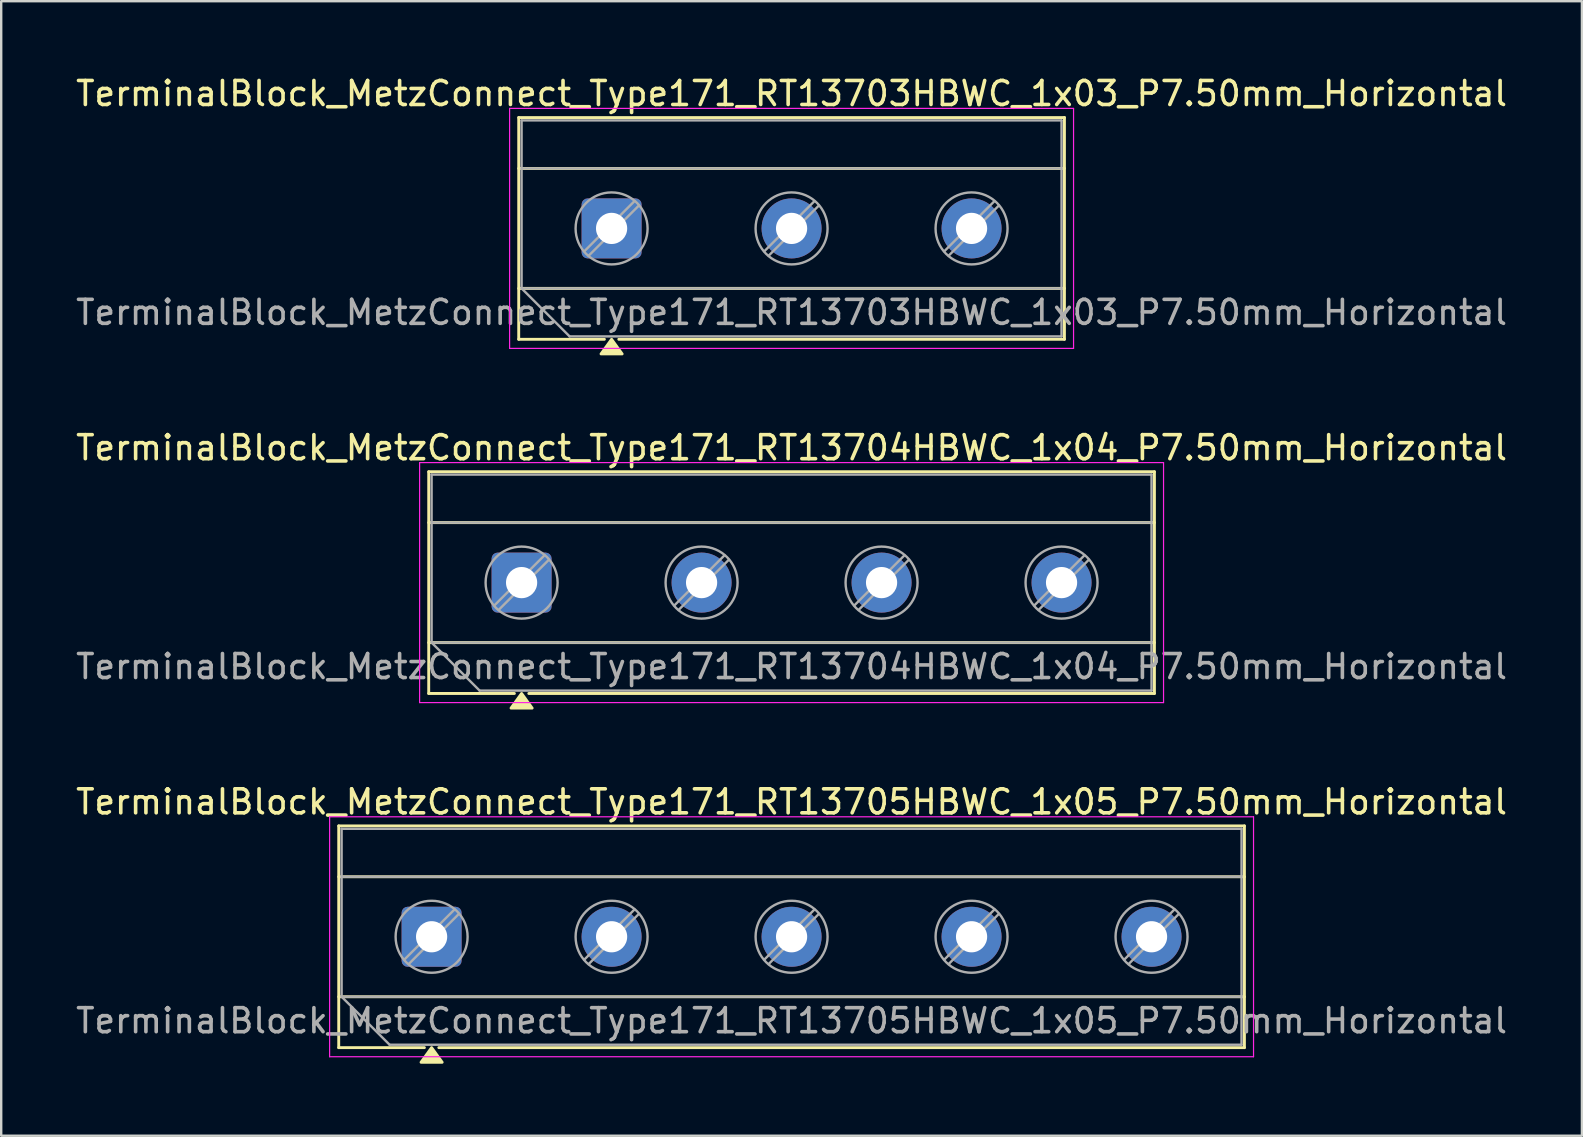
<source format=kicad_pcb>
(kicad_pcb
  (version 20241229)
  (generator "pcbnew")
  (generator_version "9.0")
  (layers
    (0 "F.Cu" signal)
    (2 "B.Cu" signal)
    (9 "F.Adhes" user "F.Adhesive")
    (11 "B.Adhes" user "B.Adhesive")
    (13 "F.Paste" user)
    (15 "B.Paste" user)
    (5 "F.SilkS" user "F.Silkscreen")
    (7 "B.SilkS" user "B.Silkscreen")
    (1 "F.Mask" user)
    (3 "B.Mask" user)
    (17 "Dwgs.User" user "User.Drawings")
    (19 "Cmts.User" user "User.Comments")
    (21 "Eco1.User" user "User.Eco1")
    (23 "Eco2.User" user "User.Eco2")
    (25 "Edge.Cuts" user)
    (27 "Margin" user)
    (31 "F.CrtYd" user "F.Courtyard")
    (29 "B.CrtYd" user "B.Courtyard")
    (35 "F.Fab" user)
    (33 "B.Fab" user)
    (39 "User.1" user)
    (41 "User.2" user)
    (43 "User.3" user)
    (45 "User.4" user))
  (footprint "TerminalBlock_MetzConnect_Type171_RT13704HBWC_1x04_P7.50mm_Horizontal"
    (layer "F.Cu")
    (at 18.685 21.227)
    (property "Reference" "TerminalBlock_MetzConnect_Type171_RT13704HBWC_1x04_P7.50mm_Horizontal" (at 11.25 -5.62 0) (layer "F.SilkS") (effects (font (size 1 1) (thickness 0.15))))
    (attr through_hole)
    (fp_line (start -3.87 -4.62) (end -3.87 4.62) (stroke (width 0.12) (type solid)) (layer "F.SilkS"))
    (fp_line (start -3.87 -4.62) (end 26.37 -4.62) (stroke (width 0.12) (type solid)) (layer "F.SilkS"))
    (fp_line (start -3.87 -2.5) (end 26.37 -2.5) (stroke (width 0.12) (type solid)) (layer "F.SilkS"))
    (fp_line (start -3.87 2.5) (end 26.37 2.5) (stroke (width 0.12) (type solid)) (layer "F.SilkS"))
    (fp_line (start -3.87 4.62) (end -0.3 4.62) (stroke (width 0.12) (type solid)) (layer "F.SilkS"))
    (fp_line (start 0.3 4.62) (end 26.37 4.62) (stroke (width 0.12) (type solid)) (layer "F.SilkS"))
    (fp_line (start 26.37 -4.62) (end 26.37 4.62) (stroke (width 0.12) (type solid)) (layer "F.SilkS"))
    (fp_poly (pts (xy 0 4.62) (xy 0.44 5.23) (xy -0.44 5.23)) (stroke (width 0.12) (type solid)) (fill yes) (layer "F.SilkS"))
    (fp_line (start -4.25 -5) (end -4.25 5) (stroke (width 0.05) (type solid)) (layer "F.CrtYd"))
    (fp_line (start -4.25 5) (end 26.75 5) (stroke (width 0.05) (type solid)) (layer "F.CrtYd"))
    (fp_line (start 26.75 -5) (end -4.25 -5) (stroke (width 0.05) (type solid)) (layer "F.CrtYd"))
    (fp_line (start 26.75 5) (end 26.75 -5) (stroke (width 0.05) (type solid)) (layer "F.CrtYd"))
    (fp_line (start -3.75 -4.5) (end 26.25 -4.5) (stroke (width 0.1) (type solid)) (layer "F.Fab"))
    (fp_line (start -3.75 -2.5) (end 26.25 -2.5) (stroke (width 0.1) (type solid)) (layer "F.Fab"))
    (fp_line (start -3.75 2.5) (end -3.75 -4.5) (stroke (width 0.1) (type solid)) (layer "F.Fab"))
    (fp_line (start -3.75 2.5) (end 26.25 2.5) (stroke (width 0.1) (type solid)) (layer "F.Fab"))
    (fp_line (start -1.75 4.5) (end -3.75 2.5) (stroke (width 0.1) (type solid)) (layer "F.Fab"))
    (fp_line (start 0.955 -1.138) (end -1.138 0.954) (stroke (width 0.1) (type solid)) (layer "F.Fab"))
    (fp_line (start 1.138 -0.954) (end -0.955 1.137) (stroke (width 0.1) (type solid)) (layer "F.Fab"))
    (fp_line (start 8.455 -1.138) (end 6.362 0.954) (stroke (width 0.1) (type solid)) (layer "F.Fab"))
    (fp_line (start 8.638 -0.954) (end 6.545 1.137) (stroke (width 0.1) (type solid)) (layer "F.Fab"))
    (fp_line (start 15.955 -1.138) (end 13.862 0.954) (stroke (width 0.1) (type solid)) (layer "F.Fab"))
    (fp_line (start 16.138 -0.954) (end 14.045 1.137) (stroke (width 0.1) (type solid)) (layer "F.Fab"))
    (fp_line (start 23.455 -1.138) (end 21.362 0.954) (stroke (width 0.1) (type solid)) (layer "F.Fab"))
    (fp_line (start 23.638 -0.954) (end 21.545 1.137) (stroke (width 0.1) (type solid)) (layer "F.Fab"))
    (fp_line (start 26.25 -4.5) (end 26.25 4.5) (stroke (width 0.1) (type solid)) (layer "F.Fab"))
    (fp_line (start 26.25 4.5) (end -1.75 4.5) (stroke (width 0.1) (type solid)) (layer "F.Fab"))
    (fp_circle (center 0 0) (end 1.5 0) (stroke (width 0.1) (type solid)) (fill no) (layer "F.Fab"))
    (fp_circle (center 7.5 0) (end 9 0) (stroke (width 0.1) (type solid)) (fill no) (layer "F.Fab"))
    (fp_circle (center 15 0) (end 16.5 0) (stroke (width 0.1) (type solid)) (fill no) (layer "F.Fab"))
    (fp_circle (center 22.5 0) (end 24 0) (stroke (width 0.1) (type solid)) (fill no) (layer "F.Fab"))
    (fp_text user "${REFERENCE}" (at 11.25 3.5 0) (layer "F.Fab") (effects (font (size 1 1) (thickness 0.15))))
    (pad "1" thru_hole roundrect (at 0 0) (size 2.5 2.5) (drill 1.3) (layers "*.Cu" "*.Mask") (roundrect_rratio 0.1))
    (pad "2" thru_hole circle (at 7.5 0) (size 2.5 2.5) (drill 1.3) (layers "*.Cu" "*.Mask"))
    (pad "3" thru_hole circle (at 15 0) (size 2.5 2.5) (drill 1.3) (layers "*.Cu" "*.Mask"))
    (pad "4" thru_hole circle (at 22.5 0) (size 2.5 2.5) (drill 1.3) (layers "*.Cu" "*.Mask")))
  (footprint "TerminalBlock_MetzConnect_Type171_RT13705HBWC_1x05_P7.50mm_Horizontal"
    (layer "F.Cu")
    (at 14.935 35.985)
    (property "Reference" "TerminalBlock_MetzConnect_Type171_RT13705HBWC_1x05_P7.50mm_Horizontal" (at 15 -5.62 0) (layer "F.SilkS") (effects (font (size 1 1) (thickness 0.15))))
    (attr through_hole)
    (fp_line (start -3.87 -4.62) (end -3.87 4.62) (stroke (width 0.12) (type solid)) (layer "F.SilkS"))
    (fp_line (start -3.87 -4.62) (end 33.87 -4.62) (stroke (width 0.12) (type solid)) (layer "F.SilkS"))
    (fp_line (start -3.87 -2.5) (end 33.87 -2.5) (stroke (width 0.12) (type solid)) (layer "F.SilkS"))
    (fp_line (start -3.87 2.5) (end 33.87 2.5) (stroke (width 0.12) (type solid)) (layer "F.SilkS"))
    (fp_line (start -3.87 4.62) (end -0.3 4.62) (stroke (width 0.12) (type solid)) (layer "F.SilkS"))
    (fp_line (start 0.3 4.62) (end 33.87 4.62) (stroke (width 0.12) (type solid)) (layer "F.SilkS"))
    (fp_line (start 33.87 -4.62) (end 33.87 4.62) (stroke (width 0.12) (type solid)) (layer "F.SilkS"))
    (fp_poly (pts (xy 0 4.62) (xy 0.44 5.23) (xy -0.44 5.23)) (stroke (width 0.12) (type solid)) (fill yes) (layer "F.SilkS"))
    (fp_line (start -4.25 -5) (end -4.25 5) (stroke (width 0.05) (type solid)) (layer "F.CrtYd"))
    (fp_line (start -4.25 5) (end 34.25 5) (stroke (width 0.05) (type solid)) (layer "F.CrtYd"))
    (fp_line (start 34.25 -5) (end -4.25 -5) (stroke (width 0.05) (type solid)) (layer "F.CrtYd"))
    (fp_line (start 34.25 5) (end 34.25 -5) (stroke (width 0.05) (type solid)) (layer "F.CrtYd"))
    (fp_line (start -3.75 -4.5) (end 33.75 -4.5) (stroke (width 0.1) (type solid)) (layer "F.Fab"))
    (fp_line (start -3.75 -2.5) (end 33.75 -2.5) (stroke (width 0.1) (type solid)) (layer "F.Fab"))
    (fp_line (start -3.75 2.5) (end -3.75 -4.5) (stroke (width 0.1) (type solid)) (layer "F.Fab"))
    (fp_line (start -3.75 2.5) (end 33.75 2.5) (stroke (width 0.1) (type solid)) (layer "F.Fab"))
    (fp_line (start -1.75 4.5) (end -3.75 2.5) (stroke (width 0.1) (type solid)) (layer "F.Fab"))
    (fp_line (start 0.955 -1.138) (end -1.138 0.954) (stroke (width 0.1) (type solid)) (layer "F.Fab"))
    (fp_line (start 1.138 -0.954) (end -0.955 1.137) (stroke (width 0.1) (type solid)) (layer "F.Fab"))
    (fp_line (start 8.455 -1.138) (end 6.362 0.954) (stroke (width 0.1) (type solid)) (layer "F.Fab"))
    (fp_line (start 8.638 -0.954) (end 6.545 1.137) (stroke (width 0.1) (type solid)) (layer "F.Fab"))
    (fp_line (start 15.955 -1.138) (end 13.862 0.954) (stroke (width 0.1) (type solid)) (layer "F.Fab"))
    (fp_line (start 16.138 -0.954) (end 14.045 1.137) (stroke (width 0.1) (type solid)) (layer "F.Fab"))
    (fp_line (start 23.455 -1.138) (end 21.362 0.954) (stroke (width 0.1) (type solid)) (layer "F.Fab"))
    (fp_line (start 23.638 -0.954) (end 21.545 1.137) (stroke (width 0.1) (type solid)) (layer "F.Fab"))
    (fp_line (start 30.955 -1.138) (end 28.862 0.954) (stroke (width 0.1) (type solid)) (layer "F.Fab"))
    (fp_line (start 31.138 -0.954) (end 29.045 1.137) (stroke (width 0.1) (type solid)) (layer "F.Fab"))
    (fp_line (start 33.75 -4.5) (end 33.75 4.5) (stroke (width 0.1) (type solid)) (layer "F.Fab"))
    (fp_line (start 33.75 4.5) (end -1.75 4.5) (stroke (width 0.1) (type solid)) (layer "F.Fab"))
    (fp_circle (center 0 0) (end 1.5 0) (stroke (width 0.1) (type solid)) (fill no) (layer "F.Fab"))
    (fp_circle (center 7.5 0) (end 9 0) (stroke (width 0.1) (type solid)) (fill no) (layer "F.Fab"))
    (fp_circle (center 15 0) (end 16.5 0) (stroke (width 0.1) (type solid)) (fill no) (layer "F.Fab"))
    (fp_circle (center 22.5 0) (end 24 0) (stroke (width 0.1) (type solid)) (fill no) (layer "F.Fab"))
    (fp_circle (center 30 0) (end 31.5 0) (stroke (width 0.1) (type solid)) (fill no) (layer "F.Fab"))
    (fp_text user "${REFERENCE}" (at 15 3.5 0) (layer "F.Fab") (effects (font (size 1 1) (thickness 0.15))))
    (pad "1" thru_hole roundrect (at 0 0) (size 2.5 2.5) (drill 1.3) (layers "*.Cu" "*.Mask") (roundrect_rratio 0.1))
    (pad "2" thru_hole circle (at 7.5 0) (size 2.5 2.5) (drill 1.3) (layers "*.Cu" "*.Mask"))
    (pad "3" thru_hole circle (at 15 0) (size 2.5 2.5) (drill 1.3) (layers "*.Cu" "*.Mask"))
    (pad "4" thru_hole circle (at 22.5 0) (size 2.5 2.5) (drill 1.3) (layers "*.Cu" "*.Mask"))
    (pad "5" thru_hole circle (at 30 0) (size 2.5 2.5) (drill 1.3) (layers "*.Cu" "*.Mask")))
  (footprint "TerminalBlock_MetzConnect_Type171_RT13703HBWC_1x03_P7.50mm_Horizontal"
    (layer "F.Cu")
    (at 22.435 6.468)
    (property "Reference" "TerminalBlock_MetzConnect_Type171_RT13703HBWC_1x03_P7.50mm_Horizontal" (at 7.5 -5.62 0) (layer "F.SilkS") (effects (font (size 1 1) (thickness 0.15))))
    (attr through_hole)
    (fp_line (start -3.87 -4.62) (end -3.87 4.62) (stroke (width 0.12) (type solid)) (layer "F.SilkS"))
    (fp_line (start -3.87 -4.62) (end 18.87 -4.62) (stroke (width 0.12) (type solid)) (layer "F.SilkS"))
    (fp_line (start -3.87 -2.5) (end 18.87 -2.5) (stroke (width 0.12) (type solid)) (layer "F.SilkS"))
    (fp_line (start -3.87 2.5) (end 18.87 2.5) (stroke (width 0.12) (type solid)) (layer "F.SilkS"))
    (fp_line (start -3.87 4.62) (end -0.3 4.62) (stroke (width 0.12) (type solid)) (layer "F.SilkS"))
    (fp_line (start 0.3 4.62) (end 18.87 4.62) (stroke (width 0.12) (type solid)) (layer "F.SilkS"))
    (fp_line (start 18.87 -4.62) (end 18.87 4.62) (stroke (width 0.12) (type solid)) (layer "F.SilkS"))
    (fp_poly (pts (xy 0 4.62) (xy 0.44 5.23) (xy -0.44 5.23)) (stroke (width 0.12) (type solid)) (fill yes) (layer "F.SilkS"))
    (fp_line (start -4.25 -5) (end -4.25 5) (stroke (width 0.05) (type solid)) (layer "F.CrtYd"))
    (fp_line (start -4.25 5) (end 19.25 5) (stroke (width 0.05) (type solid)) (layer "F.CrtYd"))
    (fp_line (start 19.25 -5) (end -4.25 -5) (stroke (width 0.05) (type solid)) (layer "F.CrtYd"))
    (fp_line (start 19.25 5) (end 19.25 -5) (stroke (width 0.05) (type solid)) (layer "F.CrtYd"))
    (fp_line (start -3.75 -4.5) (end 18.75 -4.5) (stroke (width 0.1) (type solid)) (layer "F.Fab"))
    (fp_line (start -3.75 -2.5) (end 18.75 -2.5) (stroke (width 0.1) (type solid)) (layer "F.Fab"))
    (fp_line (start -3.75 2.5) (end -3.75 -4.5) (stroke (width 0.1) (type solid)) (layer "F.Fab"))
    (fp_line (start -3.75 2.5) (end 18.75 2.5) (stroke (width 0.1) (type solid)) (layer "F.Fab"))
    (fp_line (start -1.75 4.5) (end -3.75 2.5) (stroke (width 0.1) (type solid)) (layer "F.Fab"))
    (fp_line (start 0.955 -1.138) (end -1.138 0.954) (stroke (width 0.1) (type solid)) (layer "F.Fab"))
    (fp_line (start 1.138 -0.954) (end -0.955 1.137) (stroke (width 0.1) (type solid)) (layer "F.Fab"))
    (fp_line (start 8.455 -1.138) (end 6.362 0.954) (stroke (width 0.1) (type solid)) (layer "F.Fab"))
    (fp_line (start 8.638 -0.954) (end 6.545 1.137) (stroke (width 0.1) (type solid)) (layer "F.Fab"))
    (fp_line (start 15.955 -1.138) (end 13.862 0.954) (stroke (width 0.1) (type solid)) (layer "F.Fab"))
    (fp_line (start 16.138 -0.954) (end 14.045 1.137) (stroke (width 0.1) (type solid)) (layer "F.Fab"))
    (fp_line (start 18.75 -4.5) (end 18.75 4.5) (stroke (width 0.1) (type solid)) (layer "F.Fab"))
    (fp_line (start 18.75 4.5) (end -1.75 4.5) (stroke (width 0.1) (type solid)) (layer "F.Fab"))
    (fp_circle (center 0 0) (end 1.5 0) (stroke (width 0.1) (type solid)) (fill no) (layer "F.Fab"))
    (fp_circle (center 7.5 0) (end 9 0) (stroke (width 0.1) (type solid)) (fill no) (layer "F.Fab"))
    (fp_circle (center 15 0) (end 16.5 0) (stroke (width 0.1) (type solid)) (fill no) (layer "F.Fab"))
    (fp_text user "${REFERENCE}" (at 7.5 3.5 0) (layer "F.Fab") (effects (font (size 1 1) (thickness 0.15))))
    (pad "1" thru_hole roundrect (at 0 0) (size 2.5 2.5) (drill 1.3) (layers "*.Cu" "*.Mask") (roundrect_rratio 0.1))
    (pad "2" thru_hole circle (at 7.5 0) (size 2.5 2.5) (drill 1.3) (layers "*.Cu" "*.Mask"))
    (pad "3" thru_hole circle (at 15 0) (size 2.5 2.5) (drill 1.3) (layers "*.Cu" "*.Mask")))
  (gr_rect
    (start -3 -3)
    (end 62.869 44.275)
    (stroke (width 0.1) (type default))
    (fill no)
    (layer "Edge.Cuts")))
</source>
